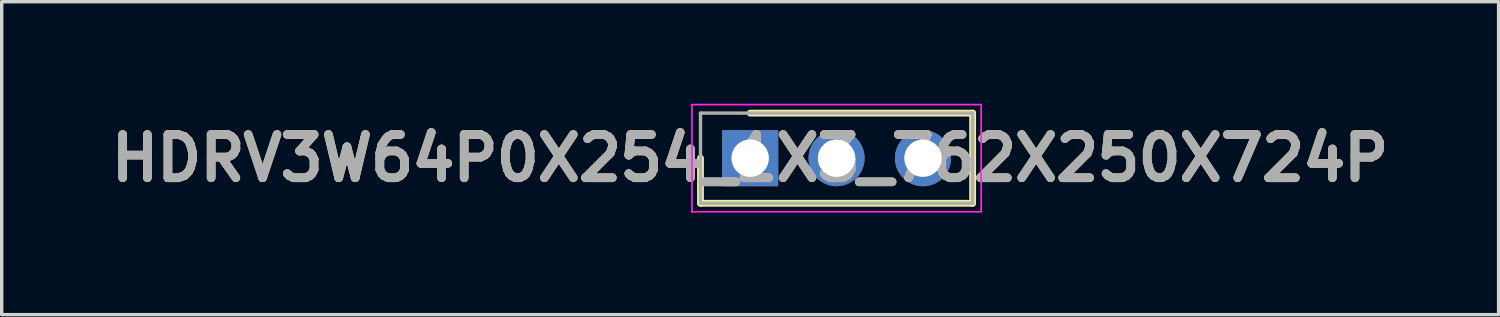
<source format=kicad_pcb>
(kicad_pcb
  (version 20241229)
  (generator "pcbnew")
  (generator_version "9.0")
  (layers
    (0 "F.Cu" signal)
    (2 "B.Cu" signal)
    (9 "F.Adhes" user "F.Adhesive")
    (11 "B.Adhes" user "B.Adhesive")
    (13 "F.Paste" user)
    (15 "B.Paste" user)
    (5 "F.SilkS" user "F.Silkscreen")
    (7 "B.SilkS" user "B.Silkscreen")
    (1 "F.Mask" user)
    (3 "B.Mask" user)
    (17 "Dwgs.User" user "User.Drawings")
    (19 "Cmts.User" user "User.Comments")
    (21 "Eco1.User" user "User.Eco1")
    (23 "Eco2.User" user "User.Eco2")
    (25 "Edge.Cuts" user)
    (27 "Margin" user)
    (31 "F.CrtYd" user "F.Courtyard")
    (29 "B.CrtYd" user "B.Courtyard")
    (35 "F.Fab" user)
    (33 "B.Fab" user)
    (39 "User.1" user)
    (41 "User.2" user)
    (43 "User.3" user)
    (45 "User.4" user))
  (footprint "HDRV3W64P0X254_1X3_762X250X724P"
    (layer "F.Cu")
    (at 19.002 1.6)
    (property "Reference" "HDRV3W64P0X254_1X3_762X250X724P" (at 0 0 0) (layer "F.SilkS") (effects (font (size 1.27 1.27) (thickness 0.254))))
    (attr through_hole)
    (fp_line (start -1.46 0) (end -1.46 1.325) (stroke (width 0.2) (type solid)) (layer "F.SilkS"))
    (fp_line (start -1.46 1.325) (end 6.54 1.325) (stroke (width 0.2) (type solid)) (layer "F.SilkS"))
    (fp_line (start 6.54 -1.325) (end 0 -1.325) (stroke (width 0.2) (type solid)) (layer "F.SilkS"))
    (fp_line (start 6.54 1.325) (end 6.54 -1.325) (stroke (width 0.2) (type solid)) (layer "F.SilkS"))
    (fp_line (start -1.71 -1.575) (end 6.79 -1.575) (stroke (width 0.05) (type solid)) (layer "F.CrtYd"))
    (fp_line (start -1.71 1.575) (end -1.71 -1.575) (stroke (width 0.05) (type solid)) (layer "F.CrtYd"))
    (fp_line (start 6.79 -1.575) (end 6.79 1.575) (stroke (width 0.05) (type solid)) (layer "F.CrtYd"))
    (fp_line (start 6.79 1.575) (end -1.71 1.575) (stroke (width 0.05) (type solid)) (layer "F.CrtYd"))
    (fp_line (start -1.46 -1.325) (end 6.54 -1.325) (stroke (width 0.1) (type solid)) (layer "F.Fab"))
    (fp_line (start -1.46 1.325) (end -1.46 -1.325) (stroke (width 0.1) (type solid)) (layer "F.Fab"))
    (fp_line (start 6.54 -1.325) (end 6.54 1.325) (stroke (width 0.1) (type solid)) (layer "F.Fab"))
    (fp_line (start 6.54 1.325) (end -1.46 1.325) (stroke (width 0.1) (type solid)) (layer "F.Fab"))
    (fp_text user "${REFERENCE}" (at 0 0 0) (layer "F.Fab") (effects (font (size 1.27 1.27) (thickness 0.254))))
    (pad "1" thru_hole rect (at 0 0) (size 1.65 1.65) (drill 1.1) (layers "*.Cu" "*.Mask"))
    (pad "2" thru_hole circle (at 2.54 0) (size 1.65 1.65) (drill 1.1) (layers "*.Cu" "*.Mask"))
    (pad "3" thru_hole circle (at 5.08 0) (size 1.65 1.65) (drill 1.1) (layers "*.Cu" "*.Mask")))
  (gr_rect
    (start -3 -3)
    (end 41.003 6.2)
    (stroke (width 0.1) (type default))
    (fill no)
    (layer "Edge.Cuts")))
</source>
